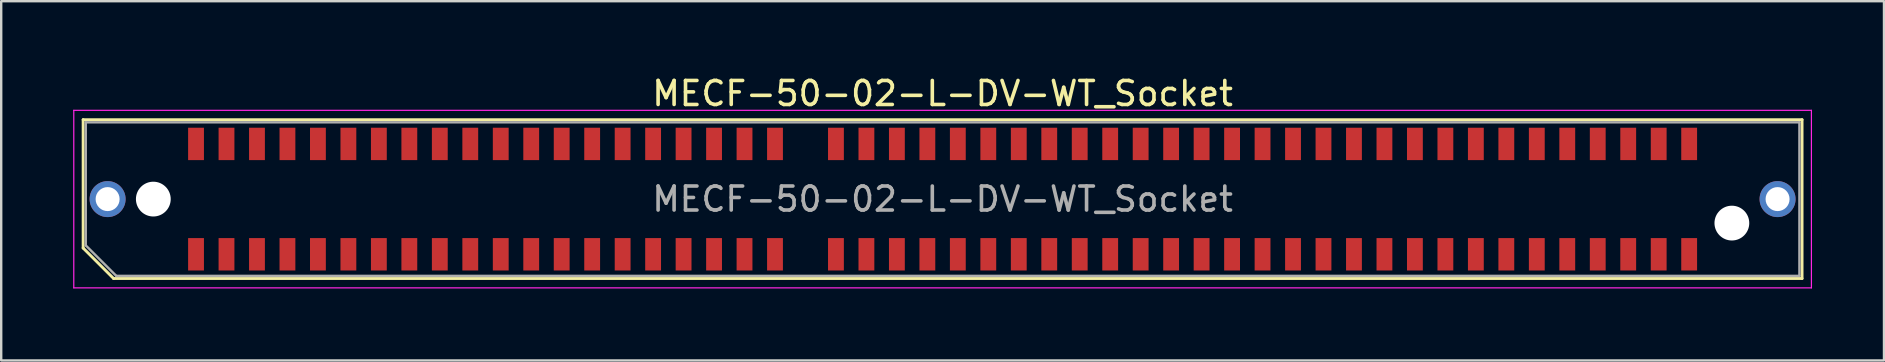
<source format=kicad_pcb>
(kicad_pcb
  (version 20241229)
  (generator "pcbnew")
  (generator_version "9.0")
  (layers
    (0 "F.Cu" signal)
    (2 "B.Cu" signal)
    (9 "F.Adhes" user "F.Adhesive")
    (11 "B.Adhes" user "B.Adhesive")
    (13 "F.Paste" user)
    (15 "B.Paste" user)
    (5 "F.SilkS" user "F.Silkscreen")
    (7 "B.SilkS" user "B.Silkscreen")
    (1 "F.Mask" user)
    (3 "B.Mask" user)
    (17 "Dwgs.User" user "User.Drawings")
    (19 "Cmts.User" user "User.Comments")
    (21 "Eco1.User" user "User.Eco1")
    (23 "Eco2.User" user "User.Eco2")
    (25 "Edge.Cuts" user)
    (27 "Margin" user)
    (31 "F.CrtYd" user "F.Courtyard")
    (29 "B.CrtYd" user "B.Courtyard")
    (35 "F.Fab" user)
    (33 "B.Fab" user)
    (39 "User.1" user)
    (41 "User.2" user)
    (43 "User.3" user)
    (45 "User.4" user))
  (footprint "MECF-50-02-L-DV-WT_Socket"
    (layer "F.Cu")
    (at 36.235 5.248)
    (property "Reference" "MECF-50-02-L-DV-WT_Socket" (at 0 -4.4 0) (layer "F.SilkS") (effects (font (size 1 1) (thickness 0.15))))
    (attr smd)
    (fp_line (start -35.82 -3.31) (end 35.82 -3.31) (stroke (width 0.12) (type solid)) (layer "F.SilkS"))
    (fp_line (start -35.82 2.04) (end -35.82 -3.31) (stroke (width 0.12) (type solid)) (layer "F.SilkS"))
    (fp_line (start -34.55 3.31) (end -35.82 2.04) (stroke (width 0.12) (type solid)) (layer "F.SilkS"))
    (fp_line (start -34.55 3.31) (end 35.82 3.31) (stroke (width 0.12) (type solid)) (layer "F.SilkS"))
    (fp_line (start 35.82 3.31) (end 35.82 -3.31) (stroke (width 0.12) (type solid)) (layer "F.SilkS"))
    (fp_line (start -36.21 -3.7) (end -36.21 3.7) (stroke (width 0.05) (type solid)) (layer "F.CrtYd"))
    (fp_line (start -36.21 3.7) (end 36.21 3.7) (stroke (width 0.05) (type solid)) (layer "F.CrtYd"))
    (fp_line (start 36.21 -3.7) (end -36.21 -3.7) (stroke (width 0.05) (type solid)) (layer "F.CrtYd"))
    (fp_line (start 36.21 3.7) (end 36.21 -3.7) (stroke (width 0.05) (type solid)) (layer "F.CrtYd"))
    (fp_line (start -35.71 -3.2) (end 35.71 -3.2) (stroke (width 0.1) (type solid)) (layer "F.Fab"))
    (fp_line (start -35.71 1.93) (end -35.71 -3.2) (stroke (width 0.1) (type solid)) (layer "F.Fab"))
    (fp_line (start -35.71 1.93) (end -34.44 3.2) (stroke (width 0.1) (type solid)) (layer "F.Fab"))
    (fp_line (start -34.44 3.2) (end 35.71 3.2) (stroke (width 0.1) (type solid)) (layer "F.Fab"))
    (fp_line (start 35.71 3.2) (end 35.71 -3.2) (stroke (width 0.1) (type solid)) (layer "F.Fab"))
    (fp_text user "${REFERENCE}" (at 0 0 0) (layer "F.Fab") (effects (font (size 1 1) (thickness 0.15))))
    (pad "" thru_hole circle (at -34.8 0) (size 1.5 1.5) (drill 1) (layers "*.Cu" "*.Mask"))
    (pad "" np_thru_hole circle (at -32.895 0) (size 1.45 1.45) (drill 1.45) (layers "*.Cu" "*.Mask"))
    (pad "" np_thru_hole circle (at 32.895 1) (size 1.45 1.45) (drill 1.45) (layers "*.Cu" "*.Mask"))
    (pad "" thru_hole circle (at 34.8 0) (size 1.5 1.5) (drill 1) (layers "*.Cu" "*.Mask"))
    (pad "1" smd rect (at -31.115 2.3) (size 0.66 1.35) (layers "F.Cu" "F.Mask" "F.Paste"))
    (pad "2" smd rect (at -31.115 -2.3) (size 0.66 1.35) (layers "F.Cu" "F.Mask" "F.Paste"))
    (pad "3" smd rect (at -29.845 2.3) (size 0.66 1.35) (layers "F.Cu" "F.Mask" "F.Paste"))
    (pad "4" smd rect (at -29.845 -2.3) (size 0.66 1.35) (layers "F.Cu" "F.Mask" "F.Paste"))
    (pad "5" smd rect (at -28.575 2.3) (size 0.66 1.35) (layers "F.Cu" "F.Mask" "F.Paste"))
    (pad "6" smd rect (at -28.575 -2.3) (size 0.66 1.35) (layers "F.Cu" "F.Mask" "F.Paste"))
    (pad "7" smd rect (at -27.305 2.3) (size 0.66 1.35) (layers "F.Cu" "F.Mask" "F.Paste"))
    (pad "8" smd rect (at -27.305 -2.3) (size 0.66 1.35) (layers "F.Cu" "F.Mask" "F.Paste"))
    (pad "9" smd rect (at -26.035 2.3) (size 0.66 1.35) (layers "F.Cu" "F.Mask" "F.Paste"))
    (pad "10" smd rect (at -26.035 -2.3) (size 0.66 1.35) (layers "F.Cu" "F.Mask" "F.Paste"))
    (pad "11" smd rect (at -24.765 2.3) (size 0.66 1.35) (layers "F.Cu" "F.Mask" "F.Paste"))
    (pad "12" smd rect (at -24.765 -2.3) (size 0.66 1.35) (layers "F.Cu" "F.Mask" "F.Paste"))
    (pad "13" smd rect (at -23.495 2.3) (size 0.66 1.35) (layers "F.Cu" "F.Mask" "F.Paste"))
    (pad "14" smd rect (at -23.495 -2.3) (size 0.66 1.35) (layers "F.Cu" "F.Mask" "F.Paste"))
    (pad "15" smd rect (at -22.225 2.3) (size 0.66 1.35) (layers "F.Cu" "F.Mask" "F.Paste"))
    (pad "16" smd rect (at -22.225 -2.3) (size 0.66 1.35) (layers "F.Cu" "F.Mask" "F.Paste"))
    (pad "17" smd rect (at -20.955 2.3) (size 0.66 1.35) (layers "F.Cu" "F.Mask" "F.Paste"))
    (pad "18" smd rect (at -20.955 -2.3) (size 0.66 1.35) (layers "F.Cu" "F.Mask" "F.Paste"))
    (pad "19" smd rect (at -19.685 2.3) (size 0.66 1.35) (layers "F.Cu" "F.Mask" "F.Paste"))
    (pad "20" smd rect (at -19.685 -2.3) (size 0.66 1.35) (layers "F.Cu" "F.Mask" "F.Paste"))
    (pad "21" smd rect (at -18.415 2.3) (size 0.66 1.35) (layers "F.Cu" "F.Mask" "F.Paste"))
    (pad "22" smd rect (at -18.415 -2.3) (size 0.66 1.35) (layers "F.Cu" "F.Mask" "F.Paste"))
    (pad "23" smd rect (at -17.145 2.3) (size 0.66 1.35) (layers "F.Cu" "F.Mask" "F.Paste"))
    (pad "24" smd rect (at -17.145 -2.3) (size 0.66 1.35) (layers "F.Cu" "F.Mask" "F.Paste"))
    (pad "25" smd rect (at -15.875 2.3) (size 0.66 1.35) (layers "F.Cu" "F.Mask" "F.Paste"))
    (pad "26" smd rect (at -15.875 -2.3) (size 0.66 1.35) (layers "F.Cu" "F.Mask" "F.Paste"))
    (pad "27" smd rect (at -14.605 2.3) (size 0.66 1.35) (layers "F.Cu" "F.Mask" "F.Paste"))
    (pad "28" smd rect (at -14.605 -2.3) (size 0.66 1.35) (layers "F.Cu" "F.Mask" "F.Paste"))
    (pad "29" smd rect (at -13.335 2.3) (size 0.66 1.35) (layers "F.Cu" "F.Mask" "F.Paste"))
    (pad "30" smd rect (at -13.335 -2.3) (size 0.66 1.35) (layers "F.Cu" "F.Mask" "F.Paste"))
    (pad "31" smd rect (at -12.065 2.3) (size 0.66 1.35) (layers "F.Cu" "F.Mask" "F.Paste"))
    (pad "32" smd rect (at -12.065 -2.3) (size 0.66 1.35) (layers "F.Cu" "F.Mask" "F.Paste"))
    (pad "33" smd rect (at -10.795 2.3) (size 0.66 1.35) (layers "F.Cu" "F.Mask" "F.Paste"))
    (pad "34" smd rect (at -10.795 -2.3) (size 0.66 1.35) (layers "F.Cu" "F.Mask" "F.Paste"))
    (pad "35" smd rect (at -9.525 2.3) (size 0.66 1.35) (layers "F.Cu" "F.Mask" "F.Paste"))
    (pad "36" smd rect (at -9.525 -2.3) (size 0.66 1.35) (layers "F.Cu" "F.Mask" "F.Paste"))
    (pad "37" smd rect (at -8.255 2.3) (size 0.66 1.35) (layers "F.Cu" "F.Mask" "F.Paste"))
    (pad "38" smd rect (at -8.255 -2.3) (size 0.66 1.35) (layers "F.Cu" "F.Mask" "F.Paste"))
    (pad "39" smd rect (at -6.985 2.3) (size 0.66 1.35) (layers "F.Cu" "F.Mask" "F.Paste"))
    (pad "40" smd rect (at -6.985 -2.3) (size 0.66 1.35) (layers "F.Cu" "F.Mask" "F.Paste"))
    (pad "43" smd rect (at -4.445 2.3) (size 0.66 1.35) (layers "F.Cu" "F.Mask" "F.Paste"))
    (pad "44" smd rect (at -4.445 -2.3) (size 0.66 1.35) (layers "F.Cu" "F.Mask" "F.Paste"))
    (pad "45" smd rect (at -3.175 2.3) (size 0.66 1.35) (layers "F.Cu" "F.Mask" "F.Paste"))
    (pad "46" smd rect (at -3.175 -2.3) (size 0.66 1.35) (layers "F.Cu" "F.Mask" "F.Paste"))
    (pad "47" smd rect (at -1.905 2.3) (size 0.66 1.35) (layers "F.Cu" "F.Mask" "F.Paste"))
    (pad "48" smd rect (at -1.905 -2.3) (size 0.66 1.35) (layers "F.Cu" "F.Mask" "F.Paste"))
    (pad "49" smd rect (at -0.635 2.3) (size 0.66 1.35) (layers "F.Cu" "F.Mask" "F.Paste"))
    (pad "50" smd rect (at -0.635 -2.3) (size 0.66 1.35) (layers "F.Cu" "F.Mask" "F.Paste"))
    (pad "51" smd rect (at 0.635 2.3) (size 0.66 1.35) (layers "F.Cu" "F.Mask" "F.Paste"))
    (pad "52" smd rect (at 0.635 -2.3) (size 0.66 1.35) (layers "F.Cu" "F.Mask" "F.Paste"))
    (pad "53" smd rect (at 1.905 2.3) (size 0.66 1.35) (layers "F.Cu" "F.Mask" "F.Paste"))
    (pad "54" smd rect (at 1.905 -2.3) (size 0.66 1.35) (layers "F.Cu" "F.Mask" "F.Paste"))
    (pad "55" smd rect (at 3.175 2.3) (size 0.66 1.35) (layers "F.Cu" "F.Mask" "F.Paste"))
    (pad "56" smd rect (at 3.175 -2.3) (size 0.66 1.35) (layers "F.Cu" "F.Mask" "F.Paste"))
    (pad "57" smd rect (at 4.445 2.3) (size 0.66 1.35) (layers "F.Cu" "F.Mask" "F.Paste"))
    (pad "58" smd rect (at 4.445 -2.3) (size 0.66 1.35) (layers "F.Cu" "F.Mask" "F.Paste"))
    (pad "59" smd rect (at 5.715 2.3) (size 0.66 1.35) (layers "F.Cu" "F.Mask" "F.Paste"))
    (pad "60" smd rect (at 5.715 -2.3) (size 0.66 1.35) (layers "F.Cu" "F.Mask" "F.Paste"))
    (pad "61" smd rect (at 6.985 2.3) (size 0.66 1.35) (layers "F.Cu" "F.Mask" "F.Paste"))
    (pad "62" smd rect (at 6.985 -2.3) (size 0.66 1.35) (layers "F.Cu" "F.Mask" "F.Paste"))
    (pad "63" smd rect (at 8.255 2.3) (size 0.66 1.35) (layers "F.Cu" "F.Mask" "F.Paste"))
    (pad "64" smd rect (at 8.255 -2.3) (size 0.66 1.35) (layers "F.Cu" "F.Mask" "F.Paste"))
    (pad "65" smd rect (at 9.525 2.3) (size 0.66 1.35) (layers "F.Cu" "F.Mask" "F.Paste"))
    (pad "66" smd rect (at 9.525 -2.3) (size 0.66 1.35) (layers "F.Cu" "F.Mask" "F.Paste"))
    (pad "67" smd rect (at 10.795 2.3) (size 0.66 1.35) (layers "F.Cu" "F.Mask" "F.Paste"))
    (pad "68" smd rect (at 10.795 -2.3) (size 0.66 1.35) (layers "F.Cu" "F.Mask" "F.Paste"))
    (pad "69" smd rect (at 12.065 2.3) (size 0.66 1.35) (layers "F.Cu" "F.Mask" "F.Paste"))
    (pad "70" smd rect (at 12.065 -2.3) (size 0.66 1.35) (layers "F.Cu" "F.Mask" "F.Paste"))
    (pad "71" smd rect (at 13.335 2.3) (size 0.66 1.35) (layers "F.Cu" "F.Mask" "F.Paste"))
    (pad "72" smd rect (at 13.335 -2.3) (size 0.66 1.35) (layers "F.Cu" "F.Mask" "F.Paste"))
    (pad "73" smd rect (at 14.605 2.3) (size 0.66 1.35) (layers "F.Cu" "F.Mask" "F.Paste"))
    (pad "74" smd rect (at 14.605 -2.3) (size 0.66 1.35) (layers "F.Cu" "F.Mask" "F.Paste"))
    (pad "75" smd rect (at 15.875 2.3) (size 0.66 1.35) (layers "F.Cu" "F.Mask" "F.Paste"))
    (pad "76" smd rect (at 15.875 -2.3) (size 0.66 1.35) (layers "F.Cu" "F.Mask" "F.Paste"))
    (pad "77" smd rect (at 17.145 2.3) (size 0.66 1.35) (layers "F.Cu" "F.Mask" "F.Paste"))
    (pad "78" smd rect (at 17.145 -2.3) (size 0.66 1.35) (layers "F.Cu" "F.Mask" "F.Paste"))
    (pad "79" smd rect (at 18.415 2.3) (size 0.66 1.35) (layers "F.Cu" "F.Mask" "F.Paste"))
    (pad "80" smd rect (at 18.415 -2.3) (size 0.66 1.35) (layers "F.Cu" "F.Mask" "F.Paste"))
    (pad "81" smd rect (at 19.685 2.3) (size 0.66 1.35) (layers "F.Cu" "F.Mask" "F.Paste"))
    (pad "82" smd rect (at 19.685 -2.3) (size 0.66 1.35) (layers "F.Cu" "F.Mask" "F.Paste"))
    (pad "83" smd rect (at 20.955 2.3) (size 0.66 1.35) (layers "F.Cu" "F.Mask" "F.Paste"))
    (pad "84" smd rect (at 20.955 -2.3) (size 0.66 1.35) (layers "F.Cu" "F.Mask" "F.Paste"))
    (pad "85" smd rect (at 22.225 2.3) (size 0.66 1.35) (layers "F.Cu" "F.Mask" "F.Paste"))
    (pad "86" smd rect (at 22.225 -2.3) (size 0.66 1.35) (layers "F.Cu" "F.Mask" "F.Paste"))
    (pad "87" smd rect (at 23.495 2.3) (size 0.66 1.35) (layers "F.Cu" "F.Mask" "F.Paste"))
    (pad "88" smd rect (at 23.495 -2.3) (size 0.66 1.35) (layers "F.Cu" "F.Mask" "F.Paste"))
    (pad "89" smd rect (at 24.765 2.3) (size 0.66 1.35) (layers "F.Cu" "F.Mask" "F.Paste"))
    (pad "90" smd rect (at 24.765 -2.3) (size 0.66 1.35) (layers "F.Cu" "F.Mask" "F.Paste"))
    (pad "91" smd rect (at 26.035 2.3) (size 0.66 1.35) (layers "F.Cu" "F.Mask" "F.Paste"))
    (pad "92" smd rect (at 26.035 -2.3) (size 0.66 1.35) (layers "F.Cu" "F.Mask" "F.Paste"))
    (pad "93" smd rect (at 27.305 2.3) (size 0.66 1.35) (layers "F.Cu" "F.Mask" "F.Paste"))
    (pad "94" smd rect (at 27.305 -2.3) (size 0.66 1.35) (layers "F.Cu" "F.Mask" "F.Paste"))
    (pad "95" smd rect (at 28.575 2.3) (size 0.66 1.35) (layers "F.Cu" "F.Mask" "F.Paste"))
    (pad "96" smd rect (at 28.575 -2.3) (size 0.66 1.35) (layers "F.Cu" "F.Mask" "F.Paste"))
    (pad "97" smd rect (at 29.845 2.3) (size 0.66 1.35) (layers "F.Cu" "F.Mask" "F.Paste"))
    (pad "98" smd rect (at 29.845 -2.3) (size 0.66 1.35) (layers "F.Cu" "F.Mask" "F.Paste"))
    (pad "99" smd rect (at 31.115 2.3) (size 0.66 1.35) (layers "F.Cu" "F.Mask" "F.Paste"))
    (pad "100" smd rect (at 31.115 -2.3) (size 0.66 1.35) (layers "F.Cu" "F.Mask" "F.Paste")))
  (gr_rect
    (start -3 -3)
    (end 75.47 11.973)
    (stroke (width 0.1) (type default))
    (fill no)
    (layer "Edge.Cuts")))
</source>
